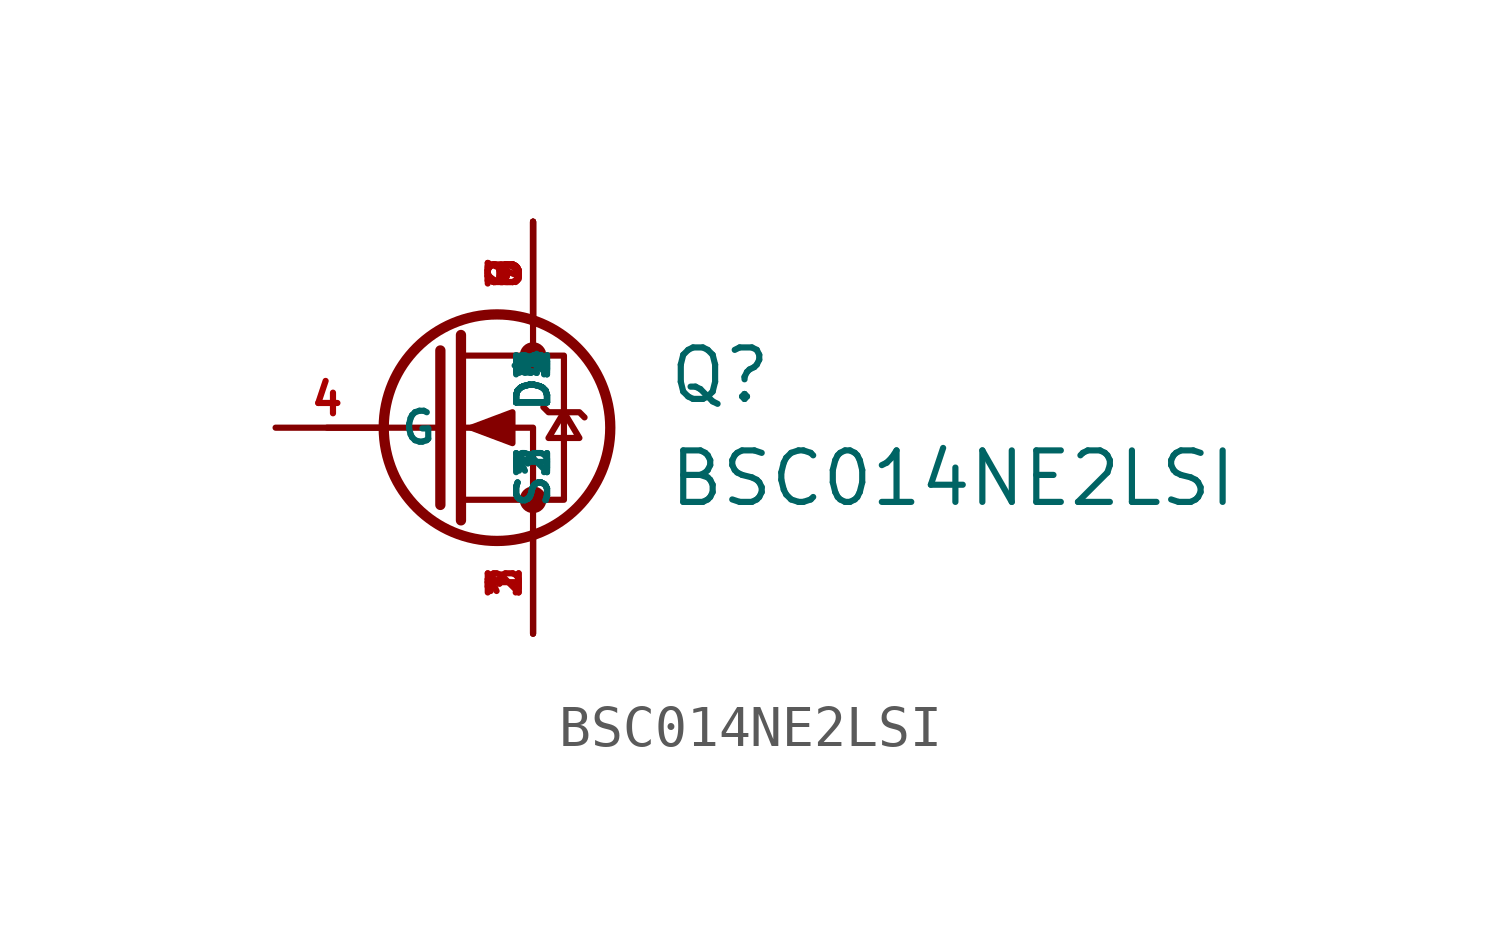
<source format=kicad_sym>
(kicad_symbol_lib
  (version 20241209)
  (generator "kicad_symbol_editor")
  (generator_version "9.0")
  (symbol "BSC014NE2LSI"
    (property "Reference" "Q"
      (at 3.302 2.032 0)
      (effects (font (size 1.27 1.27)) (justify left top)))
    (property "Value" "BSC014NE2LSI"
      (at 3.302 -0.508 0)
      (effects (font (size 1.27 1.27)) (justify left top)))
    (symbol "BSC014NE2LSI_0_1"
      (polyline (pts (xy -2.286 1.905) (xy -2.286 -1.905)) (stroke (width 0.254) (type default)) (fill (type none)))
      (polyline (pts (xy -2.286 0) (xy -5.08 0)) (stroke (width 0) (type default)) (fill (type none)))
      (polyline (pts (xy -1.778 2.286) (xy -1.778 -2.286)) (stroke (width 0.254) (type default)) (fill (type none)))
      (polyline (pts (xy -1.778 -1.778) (xy 0.762 -1.778) (xy 0.762 1.778) (xy -1.778 1.778)) (stroke (width 0) (type default)) (fill (type none)))
      (polyline (pts (xy -1.524 0) (xy -0.508 0.381) (xy -0.508 -0.381) (xy -1.524 0)) (stroke (width 0) (type default)) (fill (type outline)))
      (circle (center -0.889 0) (radius 2.794) (stroke (width 0.254) (type default)) (fill (type none)))
      (polyline (pts (xy 0 2.54) (xy 0 1.778)) (stroke (width 0) (type default)) (fill (type none)))
      (circle (center 0 1.778) (radius 0.254) (stroke (width 0) (type default)) (fill (type outline)))
      (circle (center 0 -1.778) (radius 0.254) (stroke (width 0) (type default)) (fill (type outline)))
      (polyline (pts (xy 0 -2.54) (xy 0 0) (xy -1.778 0)) (stroke (width 0) (type default)) (fill (type none)))
      (polyline (pts (xy 0.254 0.508) (xy 0.381 0.381) (xy 1.143 0.381) (xy 1.27 0.254)) (stroke (width 0) (type default)) (fill (type none)))
      (polyline (pts (xy 0.762 0.381) (xy 0.381 -0.254) (xy 1.143 -0.254) (xy 0.762 0.381)) (stroke (width 0) (type default)) (fill (type none))))
    (symbol "BSC014NE2LSI_1_1"
      (pin passive line (at -6.35 0 0) (length 2.54) (name "G" (effects (font (size 0.762 0.762)))) (number "4" (effects (font (size 0.762 0.762)))))
      (pin passive line (at 0 5.08 270) (length 2.54) (name "D1" (effects (font (size 0.762 0.762)))) (number "5" (effects (font (size 0.762 0.762)))))
      (pin passive line (at 0 5.08 270) (length 2.54) (name "D2" (effects (font (size 0.762 0.762)))) (number "6" (effects (font (size 0.762 0.762)))))
      (pin passive line (at 0 5.08 270) (length 2.54) (name "D3" (effects (font (size 0.762 0.762)))) (number "7" (effects (font (size 0.762 0.762)))))
      (pin passive line (at 0 5.08 270) (length 2.54) (name "D4" (effects (font (size 0.762 0.762)))) (number "8" (effects (font (size 0.762 0.762)))))
      (pin passive line (at 0 5.08 270) (length 2.54) (name "D5" (effects (font (size 0.762 0.762)))) (number "9" (effects (font (size 0.762 0.762)))))
      (pin passive line (at 0 -5.08 90) (length 2.54) (name "S1" (effects (font (size 0.762 0.762)))) (number "1" (effects (font (size 0.762 0.762)))))
      (pin passive line (at 0 -5.08 90) (length 2.54) (name "S2" (effects (font (size 0.762 0.762)))) (number "2" (effects (font (size 0.762 0.762)))))
      (pin passive line (at 0 -5.08 90) (length 2.54) (name "S3" (effects (font (size 0.762 0.762)))) (number "3" (effects (font (size 0.762 0.762))))))))
</source>
